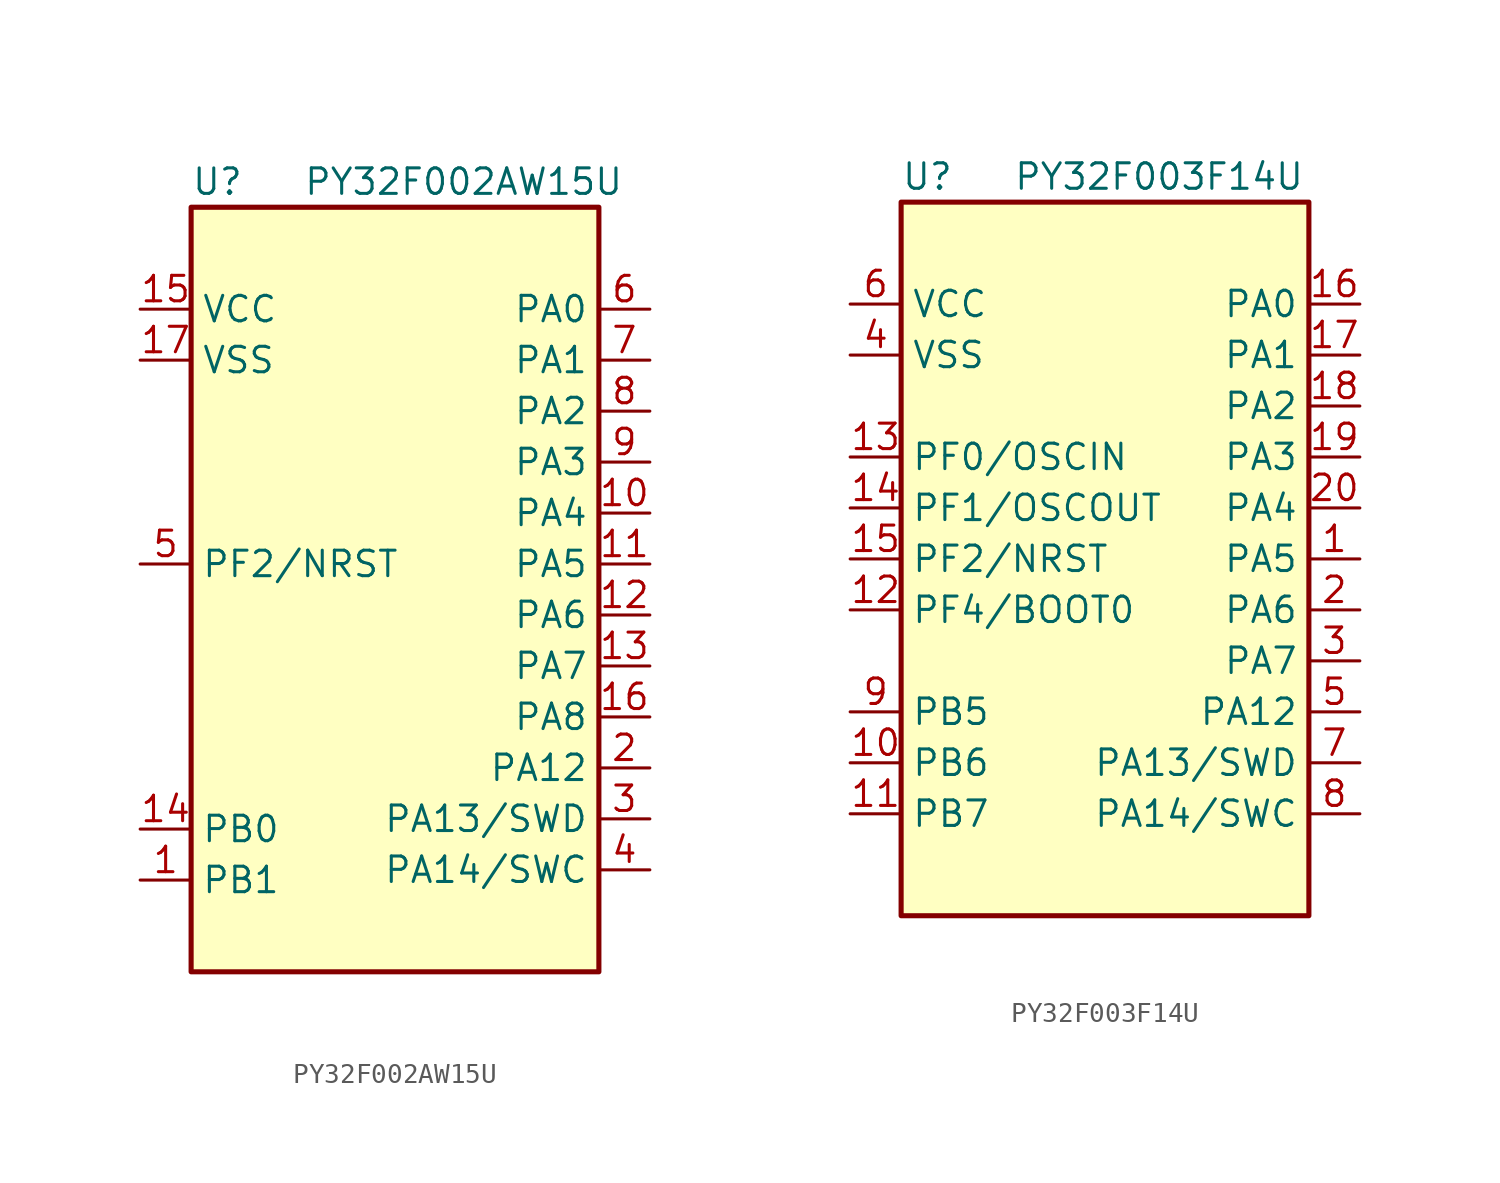
<source format=kicad_sym>
(kicad_symbol_lib
  (version 20211014)
  (generator kicad_symbol_editor)
  (symbol "PY32F002AW15U"
    (property "Reference" "U"
      (at -10.16 19.05 0)
      (effects (font (size 1.27 1.27)) (justify left)))
    (property "Value" "PY32F002AW15U"
      (at -4.572 19.05 0)
      (effects (font (size 1.27 1.27)) (justify left)))
    (symbol "PY32F002AW15U_0_1"
      (rectangle (start -10.16 17.78) (end 10.16 -20.32) (stroke (width 0.254) (type default) (color 0 0 0 0)) (fill (type background))))
    (symbol "PY32F002AW15U_1_1"
      (pin bidirectional line (at -12.7 -15.748 0) (length 2.54) (name "PB1" (effects (font (size 1.27 1.27)))) (number "1" (effects (font (size 1.27 1.27)))))
      (pin bidirectional line (at 12.7 2.54 180) (length 2.54) (name "PA4" (effects (font (size 1.27 1.27)))) (number "10" (effects (font (size 1.27 1.27)))))
      (pin bidirectional line (at 12.7 0 180) (length 2.54) (name "PA5" (effects (font (size 1.27 1.27)))) (number "11" (effects (font (size 1.27 1.27)))))
      (pin bidirectional line (at 12.7 -2.54 180) (length 2.54) (name "PA6" (effects (font (size 1.27 1.27)))) (number "12" (effects (font (size 1.27 1.27)))))
      (pin bidirectional line (at 12.7 -5.08 180) (length 2.54) (name "PA7" (effects (font (size 1.27 1.27)))) (number "13" (effects (font (size 1.27 1.27)))))
      (pin bidirectional line (at -12.7 -13.208 0) (length 2.54) (name "PB0" (effects (font (size 1.27 1.27)))) (number "14" (effects (font (size 1.27 1.27)))))
      (pin power_in line (at -12.7 12.7 0) (length 2.54) (name "VCC" (effects (font (size 1.27 1.27)))) (number "15" (effects (font (size 1.27 1.27)))))
      (pin bidirectional line (at 12.7 -7.62 180) (length 2.54) (name "PA8" (effects (font (size 1.27 1.27)))) (number "16" (effects (font (size 1.27 1.27)))))
      (pin power_in line (at -12.7 10.16 0) (length 2.54) (name "VSS" (effects (font (size 1.27 1.27)))) (number "17" (effects (font (size 1.27 1.27)))))
      (pin bidirectional line (at 12.7 -10.16 180) (length 2.54) (name "PA12" (effects (font (size 1.27 1.27)))) (number "2" (effects (font (size 1.27 1.27)))))
      (pin bidirectional line (at 12.7 -12.7 180) (length 2.54) (name "PA13/SWD" (effects (font (size 1.27 1.27)))) (number "3" (effects (font (size 1.27 1.27)))))
      (pin bidirectional line (at 12.7 -15.24 180) (length 2.54) (name "PA14/SWC" (effects (font (size 1.27 1.27)))) (number "4" (effects (font (size 1.27 1.27)))))
      (pin bidirectional line (at -12.7 0 0) (length 2.54) (name "PF2/NRST" (effects (font (size 1.27 1.27)))) (number "5" (effects (font (size 1.27 1.27)))))
      (pin bidirectional line (at 12.7 12.7 180) (length 2.54) (name "PA0" (effects (font (size 1.27 1.27)))) (number "6" (effects (font (size 1.27 1.27)))))
      (pin bidirectional line (at 12.7 10.16 180) (length 2.54) (name "PA1" (effects (font (size 1.27 1.27)))) (number "7" (effects (font (size 1.27 1.27)))))
      (pin bidirectional line (at 12.7 7.62 180) (length 2.54) (name "PA2" (effects (font (size 1.27 1.27)))) (number "8" (effects (font (size 1.27 1.27)))))
      (pin bidirectional line (at 12.7 5.08 180) (length 2.54) (name "PA3" (effects (font (size 1.27 1.27)))) (number "9" (effects (font (size 1.27 1.27)))))))
  (symbol "PY32F003F14U"
    (property "Reference" "U"
      (at -10.16 19.05 0)
      (effects (font (size 1.27 1.27)) (justify left)))
    (property "Value" "PY32F003F14U"
      (at -4.572 19.05 0)
      (effects (font (size 1.27 1.27)) (justify left)))
    (symbol "PY32F003F14U_0_1"
      (rectangle (start -10.16 17.78) (end 10.16 -17.78) (stroke (width 0.254) (type default) (color 0 0 0 0)) (fill (type background))))
    (symbol "PY32F003F14U_1_1"
      (pin bidirectional line (at 12.7 0 180) (length 2.54) (name "PA5" (effects (font (size 1.27 1.27)))) (number "1" (effects (font (size 1.27 1.27)))))
      (pin bidirectional line (at -12.7 -10.16 0) (length 2.54) (name "PB6" (effects (font (size 1.27 1.27)))) (number "10" (effects (font (size 1.27 1.27)))))
      (pin bidirectional line (at -12.7 -12.7 0) (length 2.54) (name "PB7" (effects (font (size 1.27 1.27)))) (number "11" (effects (font (size 1.27 1.27)))))
      (pin bidirectional line (at -12.7 -2.54 0) (length 2.54) (name "PF4/BOOT0" (effects (font (size 1.27 1.27)))) (number "12" (effects (font (size 1.27 1.27)))))
      (pin bidirectional line (at -12.7 5.08 0) (length 2.54) (name "PF0/OSCIN" (effects (font (size 1.27 1.27)))) (number "13" (effects (font (size 1.27 1.27)))))
      (pin bidirectional line (at -12.7 2.54 0) (length 2.54) (name "PF1/OSCOUT" (effects (font (size 1.27 1.27)))) (number "14" (effects (font (size 1.27 1.27)))))
      (pin bidirectional line (at -12.7 0 0) (length 2.54) (name "PF2/NRST" (effects (font (size 1.27 1.27)))) (number "15" (effects (font (size 1.27 1.27)))))
      (pin bidirectional line (at 12.7 12.7 180) (length 2.54) (name "PA0" (effects (font (size 1.27 1.27)))) (number "16" (effects (font (size 1.27 1.27)))))
      (pin bidirectional line (at 12.7 10.16 180) (length 2.54) (name "PA1" (effects (font (size 1.27 1.27)))) (number "17" (effects (font (size 1.27 1.27)))))
      (pin bidirectional line (at 12.7 7.62 180) (length 2.54) (name "PA2" (effects (font (size 1.27 1.27)))) (number "18" (effects (font (size 1.27 1.27)))))
      (pin bidirectional line (at 12.7 5.08 180) (length 2.54) (name "PA3" (effects (font (size 1.27 1.27)))) (number "19" (effects (font (size 1.27 1.27)))))
      (pin bidirectional line (at 12.7 -2.54 180) (length 2.54) (name "PA6" (effects (font (size 1.27 1.27)))) (number "2" (effects (font (size 1.27 1.27)))))
      (pin bidirectional line (at 12.7 2.54 180) (length 2.54) (name "PA4" (effects (font (size 1.27 1.27)))) (number "20" (effects (font (size 1.27 1.27)))))
      (pin power_in line (at -12.7 10.16 0) (length 2.54) hide (name "VSS" (effects (font (size 1.27 1.27)))) (number "21" (effects (font (size 1.27 1.27)))))
      (pin bidirectional line (at 12.7 -5.08 180) (length 2.54) (name "PA7" (effects (font (size 1.27 1.27)))) (number "3" (effects (font (size 1.27 1.27)))))
      (pin power_in line (at -12.7 10.16 0) (length 2.54) (name "VSS" (effects (font (size 1.27 1.27)))) (number "4" (effects (font (size 1.27 1.27)))))
      (pin bidirectional line (at 12.7 -7.62 180) (length 2.54) (name "PA12" (effects (font (size 1.27 1.27)))) (number "5" (effects (font (size 1.27 1.27)))))
      (pin power_in line (at -12.7 12.7 0) (length 2.54) (name "VCC" (effects (font (size 1.27 1.27)))) (number "6" (effects (font (size 1.27 1.27)))))
      (pin bidirectional line (at 12.7 -10.16 180) (length 2.54) (name "PA13/SWD" (effects (font (size 1.27 1.27)))) (number "7" (effects (font (size 1.27 1.27)))))
      (pin bidirectional line (at 12.7 -12.7 180) (length 2.54) (name "PA14/SWC" (effects (font (size 1.27 1.27)))) (number "8" (effects (font (size 1.27 1.27)))))
      (pin bidirectional line (at -12.7 -7.62 0) (length 2.54) (name "PB5" (effects (font (size 1.27 1.27)))) (number "9" (effects (font (size 1.27 1.27))))))))
</source>
